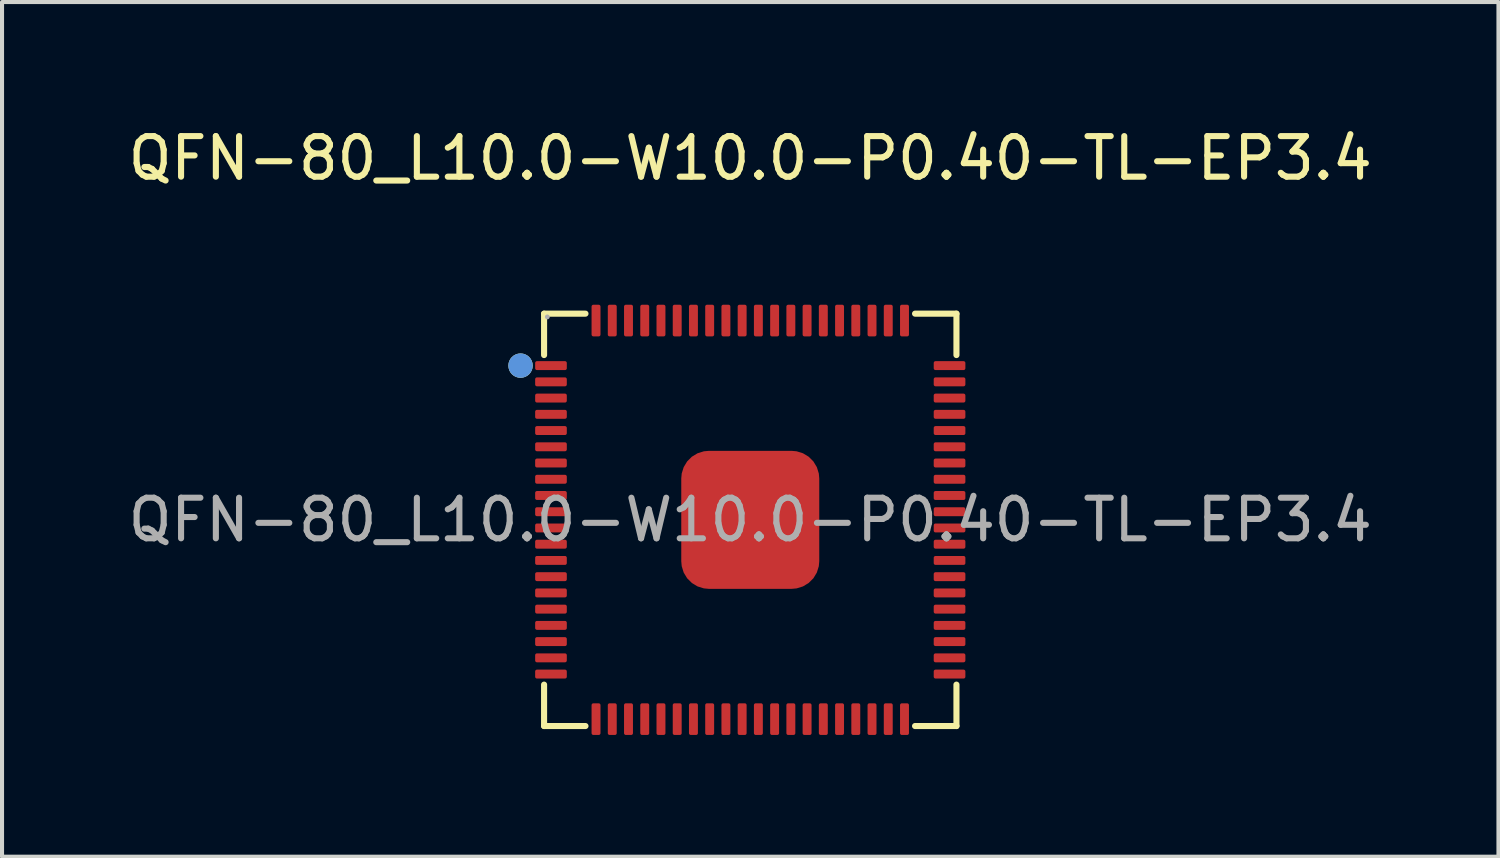
<source format=kicad_pcb>
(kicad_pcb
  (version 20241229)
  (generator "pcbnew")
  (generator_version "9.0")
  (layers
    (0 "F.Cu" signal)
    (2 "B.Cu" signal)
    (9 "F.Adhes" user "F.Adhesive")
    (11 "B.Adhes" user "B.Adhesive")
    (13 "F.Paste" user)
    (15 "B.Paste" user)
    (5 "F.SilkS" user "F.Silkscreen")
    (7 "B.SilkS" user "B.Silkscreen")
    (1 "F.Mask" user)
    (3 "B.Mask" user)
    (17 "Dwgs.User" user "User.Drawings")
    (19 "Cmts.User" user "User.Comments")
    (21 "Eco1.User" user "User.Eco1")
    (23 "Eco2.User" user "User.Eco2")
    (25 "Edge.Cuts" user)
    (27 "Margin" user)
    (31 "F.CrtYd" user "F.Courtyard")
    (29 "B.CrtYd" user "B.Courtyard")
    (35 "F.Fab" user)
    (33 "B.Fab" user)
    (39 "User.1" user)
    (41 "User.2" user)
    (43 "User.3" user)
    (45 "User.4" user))
  (footprint "QFN-80_L10.0-W10.0-P0.40-TL-EP3.4"
    (layer "F.Cu")
    (at 15.435 9.758)
    (property "Reference" "QFN-80_L10.0-W10.0-P0.40-TL-EP3.4" (at 0 -8.91 0) (layer "F.SilkS") (effects (font (size 1 1) (thickness 0.15))))
    (attr smd)
    (fp_line (start -5.08 -5.08) (end -4.06 -5.08) (stroke (width 0.15) (type solid)) (layer "F.SilkS"))
    (fp_line (start -5.08 -4.06) (end -5.08 -5.08) (stroke (width 0.15) (type solid)) (layer "F.SilkS"))
    (fp_line (start -5.08 4.06) (end -5.08 5.08) (stroke (width 0.15) (type solid)) (layer "F.SilkS"))
    (fp_line (start -5.08 5.08) (end -4.06 5.08) (stroke (width 0.15) (type solid)) (layer "F.SilkS"))
    (fp_line (start 5.08 -5.08) (end 4.06 -5.08) (stroke (width 0.15) (type solid)) (layer "F.SilkS"))
    (fp_line (start 5.08 -4.06) (end 5.08 -5.08) (stroke (width 0.15) (type solid)) (layer "F.SilkS"))
    (fp_line (start 5.08 4.06) (end 5.08 5.08) (stroke (width 0.15) (type solid)) (layer "F.SilkS"))
    (fp_line (start 5.08 5.08) (end 4.06 5.08) (stroke (width 0.15) (type solid)) (layer "F.SilkS"))
    (fp_circle (center -5.66 -3.8) (end -5.51 -3.8) (stroke (width 0.3) (type solid)) (fill no) (layer "F.SilkS"))
    (fp_circle (center -5.66 -3.8) (end -5.51 -3.8) (stroke (width 0.3) (type solid)) (fill no) (layer "Cmts.User"))
    (fp_circle (center -5 -5) (end -4.97 -5) (stroke (width 0.06) (type solid)) (fill no) (layer "F.Fab"))
    (fp_text user "${REFERENCE}" (at 0 0 0) (layer "F.Fab") (effects (font (size 1 1) (thickness 0.15))))
    (pad "1" smd roundrect (at -4.91 -3.8) (size 0.78 0.22) (layers "F.Cu" "F.Mask" "F.Paste") (roundrect_rratio 0.2))
    (pad "2" smd roundrect (at -4.91 -3.4) (size 0.78 0.22) (layers "F.Cu" "F.Mask" "F.Paste") (roundrect_rratio 0.2))
    (pad "3" smd roundrect (at -4.91 -3) (size 0.78 0.22) (layers "F.Cu" "F.Mask" "F.Paste") (roundrect_rratio 0.2))
    (pad "4" smd roundrect (at -4.91 -2.6) (size 0.78 0.22) (layers "F.Cu" "F.Mask" "F.Paste") (roundrect_rratio 0.2))
    (pad "5" smd roundrect (at -4.91 -2.2) (size 0.78 0.22) (layers "F.Cu" "F.Mask" "F.Paste") (roundrect_rratio 0.2))
    (pad "6" smd roundrect (at -4.91 -1.8) (size 0.78 0.22) (layers "F.Cu" "F.Mask" "F.Paste") (roundrect_rratio 0.2))
    (pad "7" smd roundrect (at -4.91 -1.4) (size 0.78 0.22) (layers "F.Cu" "F.Mask" "F.Paste") (roundrect_rratio 0.2))
    (pad "8" smd roundrect (at -4.91 -1) (size 0.78 0.22) (layers "F.Cu" "F.Mask" "F.Paste") (roundrect_rratio 0.2))
    (pad "9" smd roundrect (at -4.91 -0.6) (size 0.78 0.22) (layers "F.Cu" "F.Mask" "F.Paste") (roundrect_rratio 0.2))
    (pad "10" smd roundrect (at -4.91 -0.2) (size 0.78 0.22) (layers "F.Cu" "F.Mask" "F.Paste") (roundrect_rratio 0.2))
    (pad "11" smd roundrect (at -4.91 0.2) (size 0.78 0.22) (layers "F.Cu" "F.Mask" "F.Paste") (roundrect_rratio 0.2))
    (pad "12" smd roundrect (at -4.91 0.6) (size 0.78 0.22) (layers "F.Cu" "F.Mask" "F.Paste") (roundrect_rratio 0.2))
    (pad "13" smd roundrect (at -4.91 1) (size 0.78 0.22) (layers "F.Cu" "F.Mask" "F.Paste") (roundrect_rratio 0.2))
    (pad "14" smd roundrect (at -4.91 1.4) (size 0.78 0.22) (layers "F.Cu" "F.Mask" "F.Paste") (roundrect_rratio 0.2))
    (pad "15" smd roundrect (at -4.91 1.8) (size 0.78 0.22) (layers "F.Cu" "F.Mask" "F.Paste") (roundrect_rratio 0.2))
    (pad "16" smd roundrect (at -4.91 2.2) (size 0.78 0.22) (layers "F.Cu" "F.Mask" "F.Paste") (roundrect_rratio 0.2))
    (pad "17" smd roundrect (at -4.91 2.6) (size 0.78 0.22) (layers "F.Cu" "F.Mask" "F.Paste") (roundrect_rratio 0.2))
    (pad "18" smd roundrect (at -4.91 3) (size 0.78 0.22) (layers "F.Cu" "F.Mask" "F.Paste") (roundrect_rratio 0.2))
    (pad "19" smd roundrect (at -4.91 3.4) (size 0.78 0.22) (layers "F.Cu" "F.Mask" "F.Paste") (roundrect_rratio 0.2))
    (pad "20" smd roundrect (at -4.91 3.8) (size 0.78 0.22) (layers "F.Cu" "F.Mask" "F.Paste") (roundrect_rratio 0.2))
    (pad "21" smd roundrect (at -3.8 4.91) (size 0.22 0.78) (layers "F.Cu" "F.Mask" "F.Paste") (roundrect_rratio 0.2))
    (pad "22" smd roundrect (at -3.4 4.91) (size 0.22 0.78) (layers "F.Cu" "F.Mask" "F.Paste") (roundrect_rratio 0.2))
    (pad "23" smd roundrect (at -3 4.91) (size 0.22 0.78) (layers "F.Cu" "F.Mask" "F.Paste") (roundrect_rratio 0.2))
    (pad "24" smd roundrect (at -2.6 4.91) (size 0.22 0.78) (layers "F.Cu" "F.Mask" "F.Paste") (roundrect_rratio 0.2))
    (pad "25" smd roundrect (at -2.2 4.91) (size 0.22 0.78) (layers "F.Cu" "F.Mask" "F.Paste") (roundrect_rratio 0.2))
    (pad "26" smd roundrect (at -1.8 4.91) (size 0.22 0.78) (layers "F.Cu" "F.Mask" "F.Paste") (roundrect_rratio 0.2))
    (pad "27" smd roundrect (at -1.4 4.91) (size 0.22 0.78) (layers "F.Cu" "F.Mask" "F.Paste") (roundrect_rratio 0.2))
    (pad "28" smd roundrect (at -1 4.91) (size 0.22 0.78) (layers "F.Cu" "F.Mask" "F.Paste") (roundrect_rratio 0.2))
    (pad "29" smd roundrect (at -0.6 4.91) (size 0.22 0.78) (layers "F.Cu" "F.Mask" "F.Paste") (roundrect_rratio 0.2))
    (pad "30" smd roundrect (at -0.2 4.91) (size 0.22 0.78) (layers "F.Cu" "F.Mask" "F.Paste") (roundrect_rratio 0.2))
    (pad "31" smd roundrect (at 0.2 4.91) (size 0.22 0.78) (layers "F.Cu" "F.Mask" "F.Paste") (roundrect_rratio 0.2))
    (pad "32" smd roundrect (at 0.6 4.91) (size 0.22 0.78) (layers "F.Cu" "F.Mask" "F.Paste") (roundrect_rratio 0.2))
    (pad "33" smd roundrect (at 1 4.91) (size 0.22 0.78) (layers "F.Cu" "F.Mask" "F.Paste") (roundrect_rratio 0.2))
    (pad "34" smd roundrect (at 1.4 4.91) (size 0.22 0.78) (layers "F.Cu" "F.Mask" "F.Paste") (roundrect_rratio 0.2))
    (pad "35" smd roundrect (at 1.8 4.91) (size 0.22 0.78) (layers "F.Cu" "F.Mask" "F.Paste") (roundrect_rratio 0.2))
    (pad "36" smd roundrect (at 2.2 4.91) (size 0.22 0.78) (layers "F.Cu" "F.Mask" "F.Paste") (roundrect_rratio 0.2))
    (pad "37" smd roundrect (at 2.6 4.91) (size 0.22 0.78) (layers "F.Cu" "F.Mask" "F.Paste") (roundrect_rratio 0.2))
    (pad "38" smd roundrect (at 3 4.91) (size 0.22 0.78) (layers "F.Cu" "F.Mask" "F.Paste") (roundrect_rratio 0.2))
    (pad "39" smd roundrect (at 3.4 4.91) (size 0.22 0.78) (layers "F.Cu" "F.Mask" "F.Paste") (roundrect_rratio 0.2))
    (pad "40" smd roundrect (at 3.8 4.91) (size 0.22 0.78) (layers "F.Cu" "F.Mask" "F.Paste") (roundrect_rratio 0.2))
    (pad "41" smd roundrect (at 4.91 3.8) (size 0.78 0.22) (layers "F.Cu" "F.Mask" "F.Paste") (roundrect_rratio 0.2))
    (pad "42" smd roundrect (at 4.91 3.4) (size 0.78 0.22) (layers "F.Cu" "F.Mask" "F.Paste") (roundrect_rratio 0.2))
    (pad "43" smd roundrect (at 4.91 3) (size 0.78 0.22) (layers "F.Cu" "F.Mask" "F.Paste") (roundrect_rratio 0.2))
    (pad "44" smd roundrect (at 4.91 2.6) (size 0.78 0.22) (layers "F.Cu" "F.Mask" "F.Paste") (roundrect_rratio 0.2))
    (pad "45" smd roundrect (at 4.91 2.2) (size 0.78 0.22) (layers "F.Cu" "F.Mask" "F.Paste") (roundrect_rratio 0.2))
    (pad "46" smd roundrect (at 4.91 1.8) (size 0.78 0.22) (layers "F.Cu" "F.Mask" "F.Paste") (roundrect_rratio 0.2))
    (pad "47" smd roundrect (at 4.91 1.4) (size 0.78 0.22) (layers "F.Cu" "F.Mask" "F.Paste") (roundrect_rratio 0.2))
    (pad "48" smd roundrect (at 4.91 1) (size 0.78 0.22) (layers "F.Cu" "F.Mask" "F.Paste") (roundrect_rratio 0.2))
    (pad "49" smd roundrect (at 4.91 0.6) (size 0.78 0.22) (layers "F.Cu" "F.Mask" "F.Paste") (roundrect_rratio 0.2))
    (pad "50" smd roundrect (at 4.91 0.2) (size 0.78 0.22) (layers "F.Cu" "F.Mask" "F.Paste") (roundrect_rratio 0.2))
    (pad "51" smd roundrect (at 4.91 -0.2) (size 0.78 0.22) (layers "F.Cu" "F.Mask" "F.Paste") (roundrect_rratio 0.2))
    (pad "52" smd roundrect (at 4.91 -0.6) (size 0.78 0.22) (layers "F.Cu" "F.Mask" "F.Paste") (roundrect_rratio 0.2))
    (pad "53" smd roundrect (at 4.91 -1) (size 0.78 0.22) (layers "F.Cu" "F.Mask" "F.Paste") (roundrect_rratio 0.2))
    (pad "54" smd roundrect (at 4.91 -1.4) (size 0.78 0.22) (layers "F.Cu" "F.Mask" "F.Paste") (roundrect_rratio 0.2))
    (pad "55" smd roundrect (at 4.91 -1.8) (size 0.78 0.22) (layers "F.Cu" "F.Mask" "F.Paste") (roundrect_rratio 0.2))
    (pad "56" smd roundrect (at 4.91 -2.2) (size 0.78 0.22) (layers "F.Cu" "F.Mask" "F.Paste") (roundrect_rratio 0.2))
    (pad "57" smd roundrect (at 4.91 -2.6) (size 0.78 0.22) (layers "F.Cu" "F.Mask" "F.Paste") (roundrect_rratio 0.2))
    (pad "58" smd roundrect (at 4.91 -3) (size 0.78 0.22) (layers "F.Cu" "F.Mask" "F.Paste") (roundrect_rratio 0.2))
    (pad "59" smd roundrect (at 4.91 -3.4) (size 0.78 0.22) (layers "F.Cu" "F.Mask" "F.Paste") (roundrect_rratio 0.2))
    (pad "60" smd roundrect (at 4.91 -3.8) (size 0.78 0.22) (layers "F.Cu" "F.Mask" "F.Paste") (roundrect_rratio 0.2))
    (pad "61" smd roundrect (at 3.8 -4.91) (size 0.22 0.78) (layers "F.Cu" "F.Mask" "F.Paste") (roundrect_rratio 0.2))
    (pad "62" smd roundrect (at 3.4 -4.91) (size 0.22 0.78) (layers "F.Cu" "F.Mask" "F.Paste") (roundrect_rratio 0.2))
    (pad "63" smd roundrect (at 3 -4.91) (size 0.22 0.78) (layers "F.Cu" "F.Mask" "F.Paste") (roundrect_rratio 0.2))
    (pad "64" smd roundrect (at 2.6 -4.91) (size 0.22 0.78) (layers "F.Cu" "F.Mask" "F.Paste") (roundrect_rratio 0.2))
    (pad "65" smd roundrect (at 2.2 -4.91) (size 0.22 0.78) (layers "F.Cu" "F.Mask" "F.Paste") (roundrect_rratio 0.2))
    (pad "66" smd roundrect (at 1.8 -4.91) (size 0.22 0.78) (layers "F.Cu" "F.Mask" "F.Paste") (roundrect_rratio 0.2))
    (pad "67" smd roundrect (at 1.4 -4.91) (size 0.22 0.78) (layers "F.Cu" "F.Mask" "F.Paste") (roundrect_rratio 0.2))
    (pad "68" smd roundrect (at 1 -4.91) (size 0.22 0.78) (layers "F.Cu" "F.Mask" "F.Paste") (roundrect_rratio 0.2))
    (pad "69" smd roundrect (at 0.6 -4.91) (size 0.22 0.78) (layers "F.Cu" "F.Mask" "F.Paste") (roundrect_rratio 0.2))
    (pad "70" smd roundrect (at 0.2 -4.91) (size 0.22 0.78) (layers "F.Cu" "F.Mask" "F.Paste") (roundrect_rratio 0.2))
    (pad "71" smd roundrect (at -0.2 -4.91) (size 0.22 0.78) (layers "F.Cu" "F.Mask" "F.Paste") (roundrect_rratio 0.2))
    (pad "72" smd roundrect (at -0.6 -4.91) (size 0.22 0.78) (layers "F.Cu" "F.Mask" "F.Paste") (roundrect_rratio 0.2))
    (pad "73" smd roundrect (at -1 -4.91) (size 0.22 0.78) (layers "F.Cu" "F.Mask" "F.Paste") (roundrect_rratio 0.2))
    (pad "74" smd roundrect (at -1.4 -4.91) (size 0.22 0.78) (layers "F.Cu" "F.Mask" "F.Paste") (roundrect_rratio 0.2))
    (pad "75" smd roundrect (at -1.8 -4.91) (size 0.22 0.78) (layers "F.Cu" "F.Mask" "F.Paste") (roundrect_rratio 0.2))
    (pad "76" smd roundrect (at -2.2 -4.91) (size 0.22 0.78) (layers "F.Cu" "F.Mask" "F.Paste") (roundrect_rratio 0.2))
    (pad "77" smd roundrect (at -2.6 -4.91) (size 0.22 0.78) (layers "F.Cu" "F.Mask" "F.Paste") (roundrect_rratio 0.2))
    (pad "78" smd roundrect (at -3 -4.91) (size 0.22 0.78) (layers "F.Cu" "F.Mask" "F.Paste") (roundrect_rratio 0.2))
    (pad "79" smd roundrect (at -3.4 -4.91) (size 0.22 0.78) (layers "F.Cu" "F.Mask" "F.Paste") (roundrect_rratio 0.2))
    (pad "80" smd roundrect (at -3.8 -4.91) (size 0.22 0.78) (layers "F.Cu" "F.Mask" "F.Paste") (roundrect_rratio 0.2))
    (pad "81" smd roundrect (at 0 0) (size 3.4 3.4) (layers "F.Cu" "F.Mask" "F.Paste") (roundrect_rratio 0.2)))
  (gr_rect
    (start -3 -3)
    (end 33.869 18.058)
    (stroke (width 0.1) (type default))
    (fill no)
    (layer "Edge.Cuts")))
</source>
